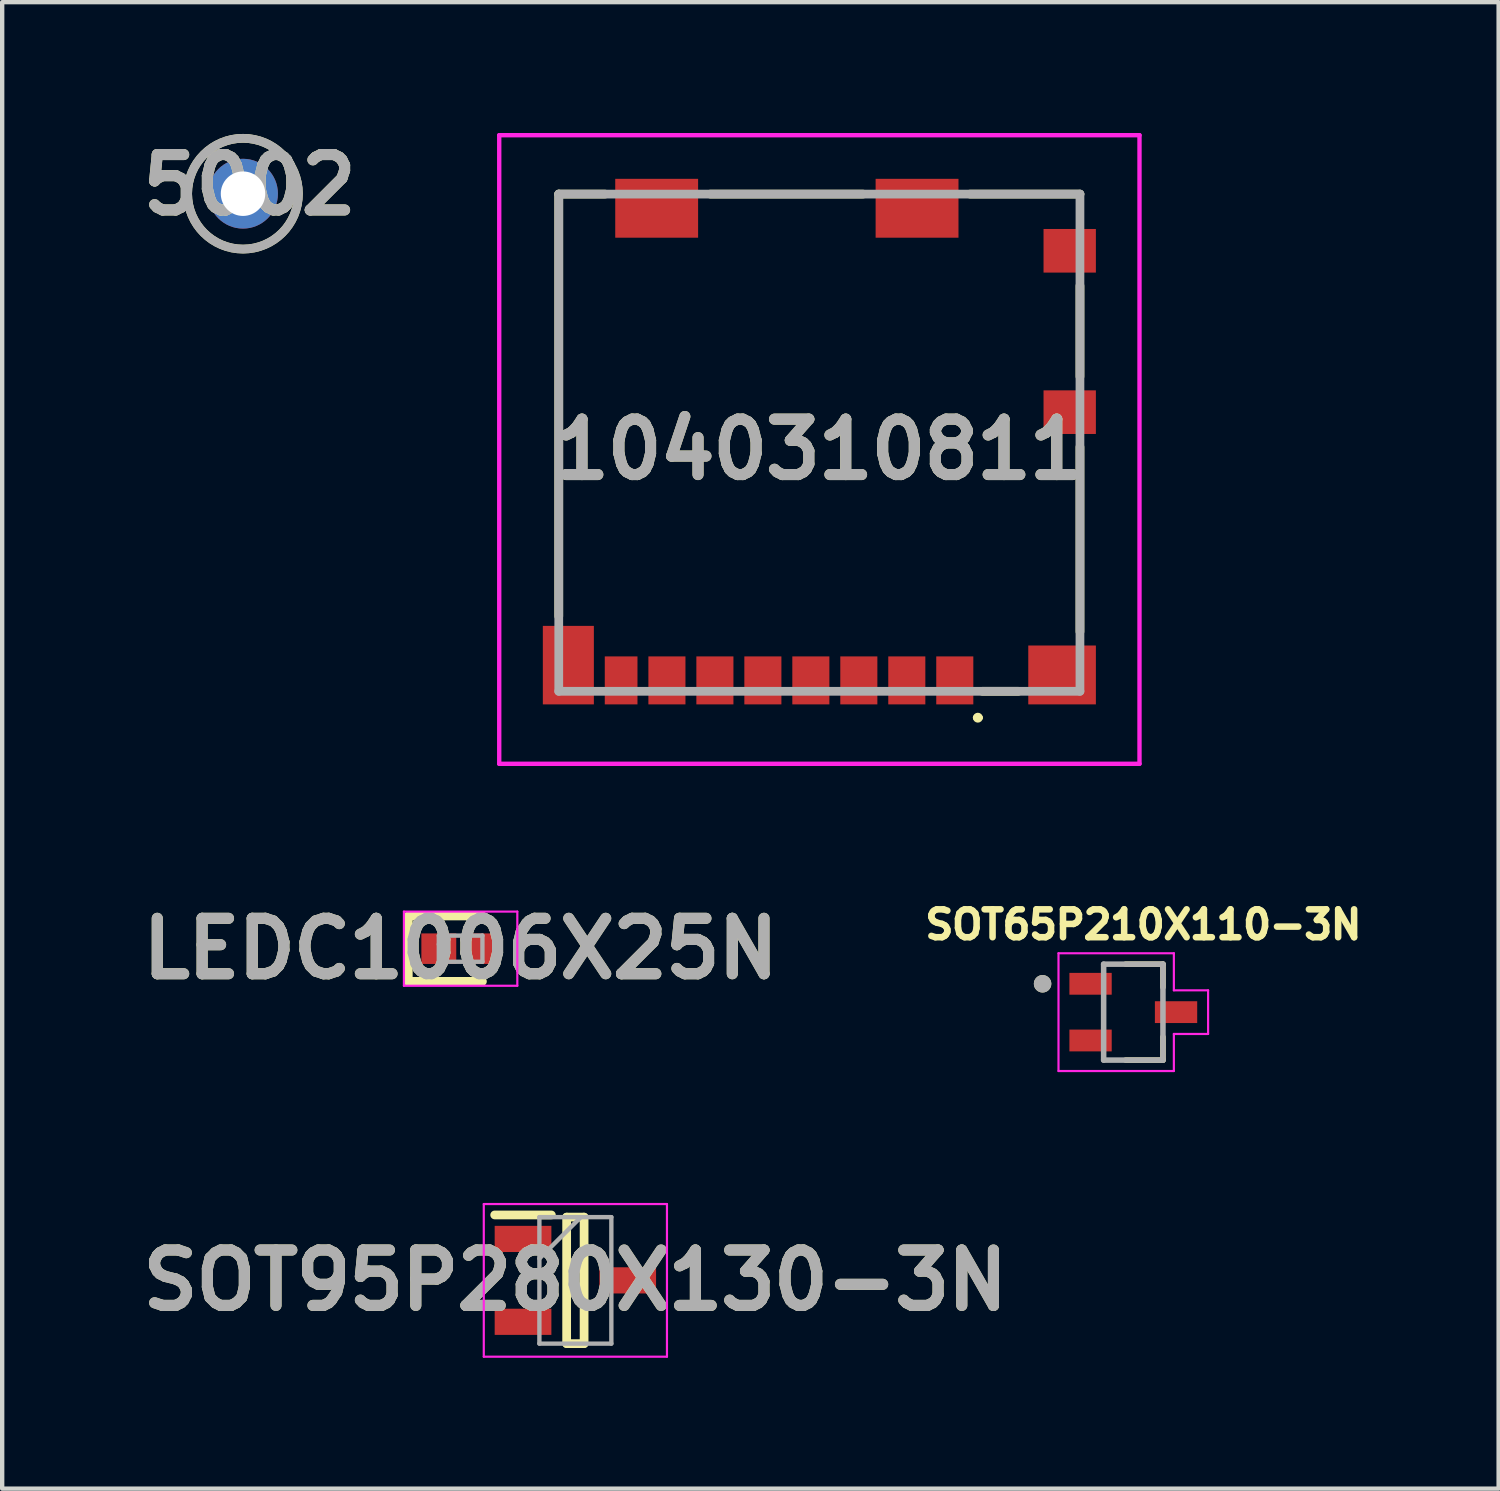
<source format=kicad_pcb>
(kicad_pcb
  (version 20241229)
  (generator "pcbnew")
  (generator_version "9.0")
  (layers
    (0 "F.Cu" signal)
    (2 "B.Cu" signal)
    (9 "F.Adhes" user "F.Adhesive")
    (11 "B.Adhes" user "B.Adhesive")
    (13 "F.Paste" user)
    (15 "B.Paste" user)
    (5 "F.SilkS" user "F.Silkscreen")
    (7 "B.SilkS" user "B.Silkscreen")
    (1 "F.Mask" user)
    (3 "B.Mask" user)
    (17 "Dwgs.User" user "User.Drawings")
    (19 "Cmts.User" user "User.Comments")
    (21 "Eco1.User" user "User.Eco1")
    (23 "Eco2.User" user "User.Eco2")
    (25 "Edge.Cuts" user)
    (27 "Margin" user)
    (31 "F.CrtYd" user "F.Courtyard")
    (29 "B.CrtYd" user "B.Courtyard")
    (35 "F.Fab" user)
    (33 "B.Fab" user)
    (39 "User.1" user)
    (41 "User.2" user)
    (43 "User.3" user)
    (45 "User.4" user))
  (footprint "LEDC1006X25N"
    (layer "F.Cu")
    (at 7.511 18.701)
    (property "Reference" "LEDC1006X25N" (at 0 0 0) (layer "F.SilkS") (effects (font (size 1.27 1.27) (thickness 0.254))))
    (attr smd)
    (fp_line (start -1.2 -0.75) (end -1.2 0.75) (stroke (width 0.2) (type solid)) (layer "F.SilkS"))
    (fp_line (start -1.2 0.75) (end 0.5 0.75) (stroke (width 0.2) (type solid)) (layer "F.SilkS"))
    (fp_line (start 0.5 -0.75) (end -1.2 -0.75) (stroke (width 0.2) (type solid)) (layer "F.SilkS"))
    (fp_line (start -1.3 -0.85) (end 1.3 -0.85) (stroke (width 0.05) (type solid)) (layer "F.CrtYd"))
    (fp_line (start -1.3 0.85) (end -1.3 -0.85) (stroke (width 0.05) (type solid)) (layer "F.CrtYd"))
    (fp_line (start 1.3 -0.85) (end 1.3 0.85) (stroke (width 0.05) (type solid)) (layer "F.CrtYd"))
    (fp_line (start 1.3 0.85) (end -1.3 0.85) (stroke (width 0.05) (type solid)) (layer "F.CrtYd"))
    (fp_line (start -0.5 -0.3) (end 0.5 -0.3) (stroke (width 0.1) (type solid)) (layer "F.Fab"))
    (fp_line (start -0.5 -0.1) (end -0.3 -0.3) (stroke (width 0.1) (type solid)) (layer "F.Fab"))
    (fp_line (start -0.5 0.3) (end -0.5 -0.3) (stroke (width 0.1) (type solid)) (layer "F.Fab"))
    (fp_line (start 0.5 -0.3) (end 0.5 0.3) (stroke (width 0.1) (type solid)) (layer "F.Fab"))
    (fp_line (start 0.5 0.3) (end -0.5 0.3) (stroke (width 0.1) (type solid)) (layer "F.Fab"))
    (fp_text user "${REFERENCE}" (at 0 0 0) (layer "F.Fab") (effects (font (size 1.27 1.27) (thickness 0.254))))
    (pad "1" smd rect (at -0.5 0 90) (size 0.7 0.8) (layers "F.Cu" "F.Mask" "F.Paste"))
    (pad "2" smd rect (at 0.5 0 90) (size 0.7 0.8) (layers "F.Cu" "F.Mask" "F.Paste")))
  (footprint "SOT95P280X130-3N"
    (layer "F.Cu")
    (at 10.142 26.306)
    (property "Reference" "SOT95P280X130-3N" (at 0 0 0) (layer "F.SilkS") (effects (font (size 1.27 1.27) (thickness 0.254))))
    (attr smd)
    (fp_line (start -1.85 -1.5) (end -0.55 -1.5) (stroke (width 0.2) (type solid)) (layer "F.SilkS"))
    (fp_line (start -0.2 -1.45) (end 0.2 -1.45) (stroke (width 0.2) (type solid)) (layer "F.SilkS"))
    (fp_line (start -0.2 1.45) (end -0.2 -1.45) (stroke (width 0.2) (type solid)) (layer "F.SilkS"))
    (fp_line (start 0.2 -1.45) (end 0.2 1.45) (stroke (width 0.2) (type solid)) (layer "F.SilkS"))
    (fp_line (start 0.2 1.45) (end -0.2 1.45) (stroke (width 0.2) (type solid)) (layer "F.SilkS"))
    (fp_line (start -2.1 -1.75) (end 2.1 -1.75) (stroke (width 0.05) (type solid)) (layer "F.CrtYd"))
    (fp_line (start -2.1 1.75) (end -2.1 -1.75) (stroke (width 0.05) (type solid)) (layer "F.CrtYd"))
    (fp_line (start 2.1 -1.75) (end 2.1 1.75) (stroke (width 0.05) (type solid)) (layer "F.CrtYd"))
    (fp_line (start 2.1 1.75) (end -2.1 1.75) (stroke (width 0.05) (type solid)) (layer "F.CrtYd"))
    (fp_line (start -0.825 -1.45) (end 0.825 -1.45) (stroke (width 0.1) (type solid)) (layer "F.Fab"))
    (fp_line (start -0.825 -0.5) (end 0.125 -1.45) (stroke (width 0.1) (type solid)) (layer "F.Fab"))
    (fp_line (start -0.825 1.45) (end -0.825 -1.45) (stroke (width 0.1) (type solid)) (layer "F.Fab"))
    (fp_line (start 0.825 -1.45) (end 0.825 1.45) (stroke (width 0.1) (type solid)) (layer "F.Fab"))
    (fp_line (start 0.825 1.45) (end -0.825 1.45) (stroke (width 0.1) (type solid)) (layer "F.Fab"))
    (fp_text user "${REFERENCE}" (at 0 0 0) (layer "F.Fab") (effects (font (size 1.27 1.27) (thickness 0.254))))
    (pad "1" smd rect (at -1.2 -0.95 90) (size 0.6 1.3) (layers "F.Cu" "F.Mask" "F.Paste"))
    (pad "2" smd rect (at -1.2 0.95 90) (size 0.6 1.3) (layers "F.Cu" "F.Mask" "F.Paste"))
    (pad "3" smd rect (at 1.2 0 90) (size 0.6 1.3) (layers "F.Cu" "F.Mask" "F.Paste")))
  (footprint "SOT65P210X110-3N"
    (layer "F.Cu")
    (at 22.934 20.156)
    (property "Reference" "SOT65P210X110-3N" (at 0.232 -2.006 0) (layer "F.SilkS") (effects (font (size 0.64 0.64) (thickness 0.15))))
    (attr smd)
    (fp_line (start -0.175 -1.1) (end 0.68 -1.1) (stroke (width 0.127) (type solid)) (layer "F.SilkS"))
    (fp_line (start -0.175 1.1) (end 0.68 1.1) (stroke (width 0.127) (type solid)) (layer "F.SilkS"))
    (fp_line (start 0.68 -1.1) (end 0.68 -0.57) (stroke (width 0.127) (type solid)) (layer "F.SilkS"))
    (fp_line (start 0.68 0.57) (end 0.68 1.1) (stroke (width 0.127) (type solid)) (layer "F.SilkS"))
    (fp_circle (center -2.08 -0.65) (end -1.98 -0.65) (stroke (width 0.2) (type solid)) (fill no) (layer "F.SilkS"))
    (fp_line (start -1.715 -1.35) (end 0.93 -1.35) (stroke (width 0.05) (type solid)) (layer "F.CrtYd"))
    (fp_line (start -1.715 1.35) (end -1.715 -1.35) (stroke (width 0.05) (type solid)) (layer "F.CrtYd"))
    (fp_line (start 0.93 -1.35) (end 0.93 -0.5) (stroke (width 0.05) (type solid)) (layer "F.CrtYd"))
    (fp_line (start 0.93 -0.5) (end 1.715 -0.5) (stroke (width 0.05) (type solid)) (layer "F.CrtYd"))
    (fp_line (start 0.93 0.5) (end 0.93 1.35) (stroke (width 0.05) (type solid)) (layer "F.CrtYd"))
    (fp_line (start 0.93 1.35) (end -1.715 1.35) (stroke (width 0.05) (type solid)) (layer "F.CrtYd"))
    (fp_line (start 1.715 -0.5) (end 1.715 0.5) (stroke (width 0.05) (type solid)) (layer "F.CrtYd"))
    (fp_line (start 1.715 0.5) (end 0.93 0.5) (stroke (width 0.05) (type solid)) (layer "F.CrtYd"))
    (fp_line (start -0.68 -1.1) (end 0.68 -1.1) (stroke (width 0.127) (type solid)) (layer "F.Fab"))
    (fp_line (start -0.68 1.1) (end -0.68 -1.1) (stroke (width 0.127) (type solid)) (layer "F.Fab"))
    (fp_line (start 0.68 -1.1) (end 0.68 1.1) (stroke (width 0.127) (type solid)) (layer "F.Fab"))
    (fp_line (start 0.68 1.1) (end -0.68 1.1) (stroke (width 0.127) (type solid)) (layer "F.Fab"))
    (fp_circle (center -2.08 -0.65) (end -1.98 -0.65) (stroke (width 0.2) (type solid)) (fill no) (layer "F.Fab"))
    (pad "1" smd rect (at -0.98 -0.65) (size 0.97 0.5) (layers "F.Cu" "F.Mask" "F.Paste"))
    (pad "2" smd rect (at -0.98 0.65) (size 0.97 0.5) (layers "F.Cu" "F.Mask" "F.Paste"))
    (pad "3" smd rect (at 0.98 0) (size 0.97 0.5) (layers "F.Cu" "F.Mask" "F.Paste")))
  (footprint "1040310811"
    (layer "F.Cu")
    (at 15.736 7.256)
    (property "Reference" "1040310811" (at 0 0 0) (layer "F.SilkS") (effects (font (size 1.27 1.27) (thickness 0.254))))
    (attr smd)
    (fp_line (start -5.975 -5.856) (end -5.975 3.823) (stroke (width 0.2) (type solid)) (layer "F.SilkS"))
    (fp_line (start -5.975 -5.856) (end -4.914 -5.856) (stroke (width 0.2) (type solid)) (layer "F.SilkS"))
    (fp_line (start -2.5 -5.856) (end 1 -5.856) (stroke (width 0.2) (type solid)) (layer "F.SilkS"))
    (fp_line (start 3.577 6.149) (end 3.577 6.149) (stroke (width 0.113) (type solid)) (layer "F.SilkS"))
    (fp_line (start 3.691 6.149) (end 3.691 6.149) (stroke (width 0.113) (type solid)) (layer "F.SilkS"))
    (fp_line (start 3.739 5.544) (end 4.56 5.544) (stroke (width 0.2) (type solid)) (layer "F.SilkS"))
    (fp_line (start 5.975 -5.856) (end 3.455 -5.856) (stroke (width 0.2) (type solid)) (layer "F.SilkS"))
    (fp_line (start 5.975 -3.753) (end 5.975 -1.672) (stroke (width 0.2) (type solid)) (layer "F.SilkS"))
    (fp_line (start 5.975 -0.057) (end 5.975 4.177) (stroke (width 0.2) (type solid)) (layer "F.SilkS"))
    (fp_arc (start 3.577 6.149) (mid 3.634 6.092) (end 3.691 6.149) (stroke (width 0.11336) (type solid)) (layer "F.SilkS"))
    (fp_arc (start 3.691 6.149) (mid 3.634 6.206) (end 3.577 6.149) (stroke (width 0.11336) (type solid)) (layer "F.SilkS"))
    (fp_line (start -7.34 -7.206) (end 7.34 -7.206) (stroke (width 0.1) (type solid)) (layer "F.CrtYd"))
    (fp_line (start -7.34 7.206) (end -7.34 -7.206) (stroke (width 0.1) (type solid)) (layer "F.CrtYd"))
    (fp_line (start 7.34 -7.206) (end 7.34 7.206) (stroke (width 0.1) (type solid)) (layer "F.CrtYd"))
    (fp_line (start 7.34 7.206) (end -7.34 7.206) (stroke (width 0.1) (type solid)) (layer "F.CrtYd"))
    (fp_line (start -5.975 -5.856) (end 5.975 -5.856) (stroke (width 0.2) (type solid)) (layer "F.Fab"))
    (fp_line (start -5.975 5.544) (end -5.975 -5.856) (stroke (width 0.2) (type solid)) (layer "F.Fab"))
    (fp_line (start 5.975 -5.856) (end 5.975 5.544) (stroke (width 0.2) (type solid)) (layer "F.Fab"))
    (fp_line (start 5.975 5.544) (end -5.975 5.544) (stroke (width 0.2) (type solid)) (layer "F.Fab"))
    (fp_text user "${REFERENCE}" (at 0 0 0) (layer "F.Fab") (effects (font (size 1.27 1.27) (thickness 0.254))))
    (pad "1" smd rect (at 3.105 5.294) (size 0.85 1.1) (layers "F.Cu" "F.Mask" "F.Paste"))
    (pad "2" smd rect (at 2.005 5.294) (size 0.85 1.1) (layers "F.Cu" "F.Mask" "F.Paste"))
    (pad "3" smd rect (at 0.905 5.294) (size 0.85 1.1) (layers "F.Cu" "F.Mask" "F.Paste"))
    (pad "4" smd rect (at -0.195 5.294) (size 0.85 1.1) (layers "F.Cu" "F.Mask" "F.Paste"))
    (pad "5" smd rect (at -1.295 5.294) (size 0.85 1.1) (layers "F.Cu" "F.Mask" "F.Paste"))
    (pad "6" smd rect (at -2.395 5.294) (size 0.85 1.1) (layers "F.Cu" "F.Mask" "F.Paste"))
    (pad "7" smd rect (at -3.495 5.294) (size 0.85 1.1) (layers "F.Cu" "F.Mask" "F.Paste"))
    (pad "8" smd rect (at -4.545 5.294) (size 0.75 1.1) (layers "F.Cu" "F.Mask" "F.Paste"))
    (pad "9" smd rect (at -5.755 4.944) (size 1.17 1.8) (layers "F.Cu" "F.Mask" "F.Paste"))
    (pad "10" smd rect (at -3.73 -5.531 90) (size 1.35 1.9) (layers "F.Cu" "F.Mask" "F.Paste"))
    (pad "11" smd rect (at 2.24 -5.531 90) (size 1.35 1.9) (layers "F.Cu" "F.Mask" "F.Paste"))
    (pad "12" smd rect (at 5.74 -4.556 90) (size 1 1.2) (layers "F.Cu" "F.Mask" "F.Paste"))
    (pad "13" smd rect (at 5.74 -0.856 90) (size 1 1.2) (layers "F.Cu" "F.Mask" "F.Paste"))
    (pad "14" smd rect (at 5.565 5.169 90) (size 1.35 1.55) (layers "F.Cu" "F.Mask" "F.Paste")))
  (footprint "5002"
    (layer "F.Cu")
    (at 2.522 1.391)
    (property "Reference" "5002" (at 0.151 -0.202 0) (layer "F.SilkS") (effects (font (size 1.27 1.27) (thickness 0.254))))
    (attr through_hole)
    (fp_circle (center 0 0) (end 0 1.27) (stroke (width 0.2) (type solid)) (fill no) (layer "F.SilkS"))
    (fp_circle (center 0 0) (end 0 1.27) (stroke (width 0.2) (type solid)) (fill no) (layer "F.Fab"))
    (fp_text user "${REFERENCE}" (at 0.151 -0.202 0) (layer "F.Fab") (effects (font (size 1.27 1.27) (thickness 0.254))))
    (pad "1" thru_hole circle (at 0 0) (size 1.6 1.6) (drill 1.02) (layers "*.Cu" "*.Mask")))
  (gr_rect
    (start -3 -3)
    (end 31.31 31.081)
    (stroke (width 0.1) (type default))
    (fill no)
    (layer "Edge.Cuts")))
</source>
